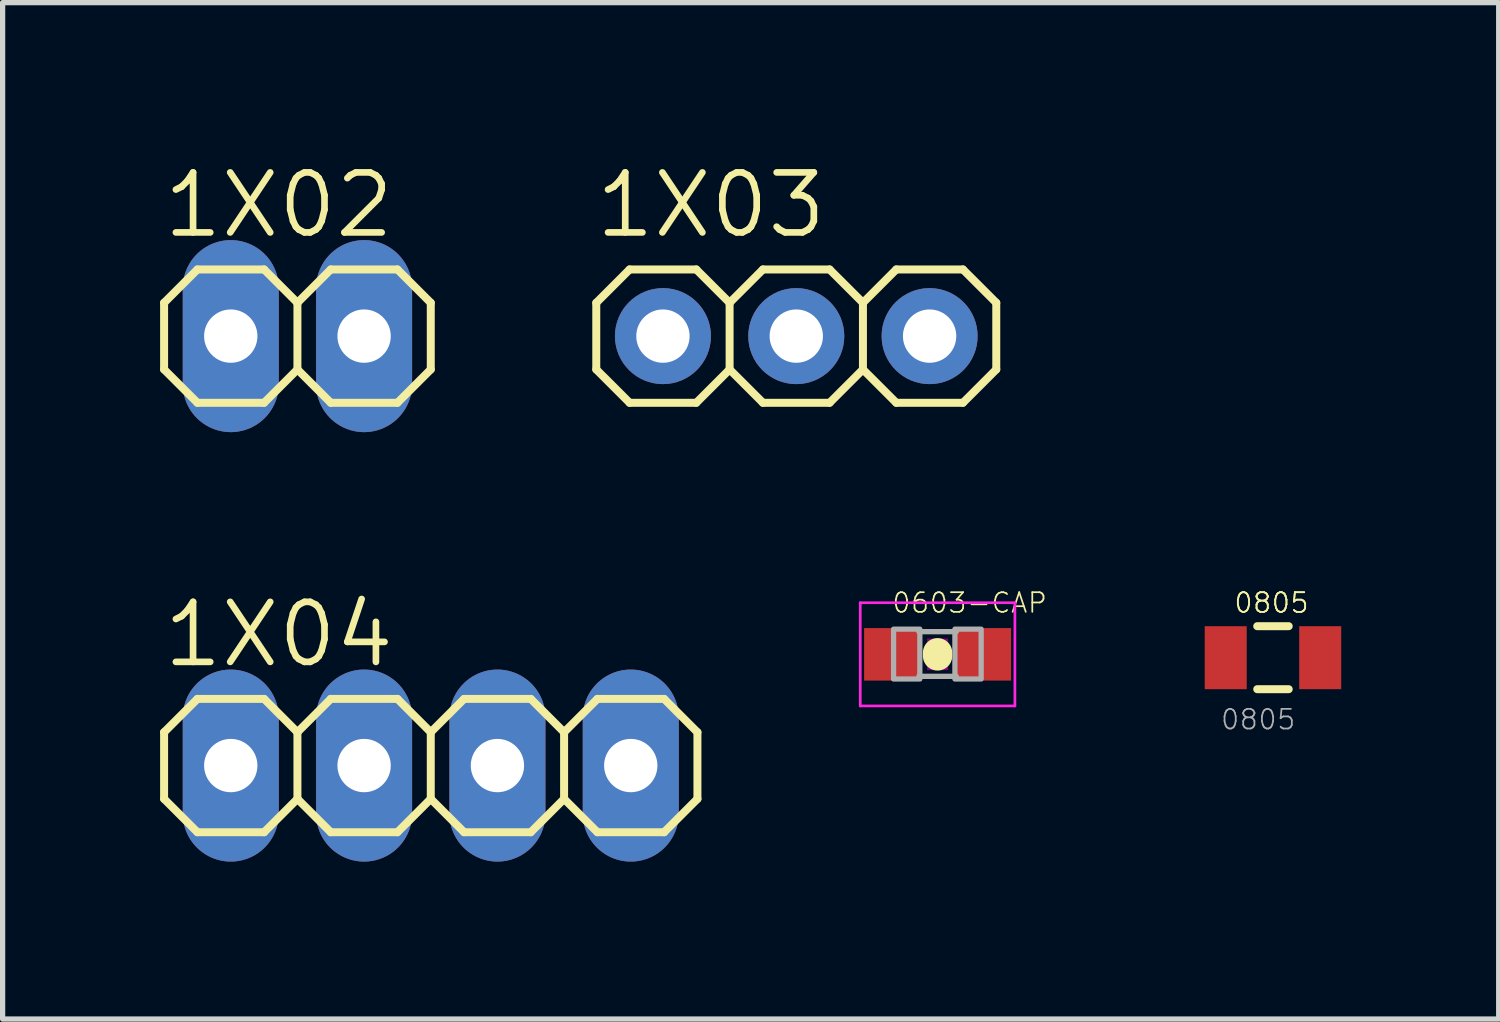
<source format=kicad_pcb>
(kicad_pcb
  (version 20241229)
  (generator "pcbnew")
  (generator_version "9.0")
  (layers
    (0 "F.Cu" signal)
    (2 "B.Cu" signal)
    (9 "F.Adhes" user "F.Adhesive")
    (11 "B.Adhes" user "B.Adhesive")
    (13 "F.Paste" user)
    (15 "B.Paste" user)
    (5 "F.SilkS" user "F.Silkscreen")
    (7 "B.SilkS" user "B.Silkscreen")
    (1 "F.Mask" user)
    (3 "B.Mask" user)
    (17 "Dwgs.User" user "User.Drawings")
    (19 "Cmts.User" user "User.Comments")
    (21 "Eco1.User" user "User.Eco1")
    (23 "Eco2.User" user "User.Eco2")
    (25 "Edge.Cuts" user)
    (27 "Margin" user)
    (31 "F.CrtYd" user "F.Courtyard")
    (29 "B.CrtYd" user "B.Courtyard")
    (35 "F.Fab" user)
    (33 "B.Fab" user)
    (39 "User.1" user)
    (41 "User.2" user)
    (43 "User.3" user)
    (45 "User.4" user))
  (footprint "0805"
    (layer "F.Cu")
    (at 21.2 9.479)
    (property "Reference" "0805" (at -0.762 -0.826 0) (unlocked yes) (layer "F.SilkS") (effects (font (size 0.374 0.374) (thickness 0.033)) (justify left bottom)))
    (property "Value" "0805" (at -1.016 1.397 0) (unlocked yes) (layer "F.Fab") (hide yes) (effects (font (size 0.374 0.374) (thickness 0.033)) (justify left bottom)))
    (fp_line (start -0.3 -0.6) (end 0.3 -0.6) (stroke (width 0.152) (type solid)) (layer "F.SilkS"))
    (fp_line (start -0.3 0.6) (end 0.3 0.6) (stroke (width 0.152) (type solid)) (layer "F.SilkS"))
    (fp_text user "${REFERENCE}" (at -0.762 -0.826 0) (unlocked yes) (layer "F.SilkS") (effects (font (size 0.374 0.374) (thickness 0.033)) (justify left bottom)))
    (fp_text user "${VALUE}" (at -1.016 1.397 0) (unlocked yes) (layer "F.Fab") (effects (font (size 0.374 0.374) (thickness 0.033)) (justify left bottom)))
    (pad "1" smd rect (at -0.9 0) (size 0.8 1.2) (layers "F.Cu" "F.Mask" "F.Paste"))
    (pad "2" smd rect (at 0.9 0) (size 0.8 1.2) (layers "F.Cu" "F.Mask" "F.Paste")))
  (footprint "0603-CAP"
    (layer "F.Cu")
    (at 14.811 9.415)
    (property "Reference" "0603-CAP" (at -0.889 -0.762 0) (unlocked yes) (layer "F.SilkS") (effects (font (size 0.374 0.374) (thickness 0.033)) (justify left bottom)))
    (fp_line (start 0 -0.03) (end 0 0.03) (stroke (width 0.559) (type solid)) (layer "F.SilkS"))
    (fp_poly (pts (xy -0.2 0.3) (xy 0.2 0.3) (xy 0.2 -0.3) (xy -0.2 -0.3)) (stroke (width 0) (type default)) (fill yes) (layer "F.Adhes"))
    (fp_line (start -1.473 -0.983) (end 1.473 -0.983) (stroke (width 0.051) (type solid)) (layer "F.CrtYd"))
    (fp_line (start -1.473 0.983) (end -1.473 -0.983) (stroke (width 0.051) (type solid)) (layer "F.CrtYd"))
    (fp_line (start 1.473 -0.983) (end 1.473 0.983) (stroke (width 0.051) (type solid)) (layer "F.CrtYd"))
    (fp_line (start 1.473 0.983) (end -1.473 0.983) (stroke (width 0.051) (type solid)) (layer "F.CrtYd"))
    (fp_line (start -0.356 -0.432) (end 0.356 -0.432) (stroke (width 0.102) (type solid)) (layer "F.Fab"))
    (fp_line (start -0.356 0.419) (end 0.356 0.419) (stroke (width 0.102) (type solid)) (layer "F.Fab"))
    (fp_poly (pts (xy -0.838 0.47) (xy -0.338 0.47) (xy -0.338 -0.48) (xy -0.838 -0.48)) (stroke (width 0.1) (type default)) (fill no) (layer "F.Fab"))
    (fp_poly (pts (xy 0.33 0.47) (xy 0.83 0.47) (xy 0.83 -0.48) (xy 0.33 -0.48)) (stroke (width 0.1) (type default)) (fill no) (layer "F.Fab"))
    (pad "1" smd rect (at -0.85 0) (size 1.1 1) (layers "F.Cu" "F.Mask" "F.Paste"))
    (pad "2" smd rect (at 0.85 0) (size 1.1 1) (layers "F.Cu" "F.Mask" "F.Paste")))
  (footprint "1X04"
    (layer "F.Cu")
    (at 5.156 11.534)
    (property "Reference" "1X04" (at -5.156 -1.829 0) (unlocked yes) (layer "F.SilkS") (effects (font (size 1.143 1.143) (thickness 0.127)) (justify left bottom)))
    (fp_line (start -5.08 -0.635) (end -5.08 0.635) (stroke (width 0.152) (type solid)) (layer "F.SilkS"))
    (fp_line (start -5.08 0.635) (end -4.445 1.27) (stroke (width 0.152) (type solid)) (layer "F.SilkS"))
    (fp_line (start -4.445 -1.27) (end -5.08 -0.635) (stroke (width 0.152) (type solid)) (layer "F.SilkS"))
    (fp_line (start -4.445 -1.27) (end -3.175 -1.27) (stroke (width 0.152) (type solid)) (layer "F.SilkS"))
    (fp_line (start -3.175 -1.27) (end -2.54 -0.635) (stroke (width 0.152) (type solid)) (layer "F.SilkS"))
    (fp_line (start -3.175 1.27) (end -4.445 1.27) (stroke (width 0.152) (type solid)) (layer "F.SilkS"))
    (fp_line (start -2.54 -0.635) (end -2.54 0.635) (stroke (width 0.152) (type solid)) (layer "F.SilkS"))
    (fp_line (start -2.54 -0.635) (end -1.905 -1.27) (stroke (width 0.152) (type solid)) (layer "F.SilkS"))
    (fp_line (start -2.54 0.635) (end -3.175 1.27) (stroke (width 0.152) (type solid)) (layer "F.SilkS"))
    (fp_line (start -1.905 -1.27) (end -0.635 -1.27) (stroke (width 0.152) (type solid)) (layer "F.SilkS"))
    (fp_line (start -1.905 1.27) (end -2.54 0.635) (stroke (width 0.152) (type solid)) (layer "F.SilkS"))
    (fp_line (start -0.635 -1.27) (end 0 -0.635) (stroke (width 0.152) (type solid)) (layer "F.SilkS"))
    (fp_line (start -0.635 1.27) (end -1.905 1.27) (stroke (width 0.152) (type solid)) (layer "F.SilkS"))
    (fp_line (start 0 -0.635) (end 0 0.635) (stroke (width 0.152) (type solid)) (layer "F.SilkS"))
    (fp_line (start 0 -0.635) (end 0.635 -1.27) (stroke (width 0.152) (type solid)) (layer "F.SilkS"))
    (fp_line (start 0 0.635) (end -0.635 1.27) (stroke (width 0.152) (type solid)) (layer "F.SilkS"))
    (fp_line (start 0.635 -1.27) (end 1.905 -1.27) (stroke (width 0.152) (type solid)) (layer "F.SilkS"))
    (fp_line (start 0.635 1.27) (end 0 0.635) (stroke (width 0.152) (type solid)) (layer "F.SilkS"))
    (fp_line (start 1.905 -1.27) (end 2.54 -0.635) (stroke (width 0.152) (type solid)) (layer "F.SilkS"))
    (fp_line (start 1.905 1.27) (end 0.635 1.27) (stroke (width 0.152) (type solid)) (layer "F.SilkS"))
    (fp_line (start 2.54 -0.635) (end 2.54 0.635) (stroke (width 0.152) (type solid)) (layer "F.SilkS"))
    (fp_line (start 2.54 0.635) (end 1.905 1.27) (stroke (width 0.152) (type solid)) (layer "F.SilkS"))
    (fp_line (start 2.54 0.635) (end 3.175 1.27) (stroke (width 0.152) (type solid)) (layer "F.SilkS"))
    (fp_line (start 3.175 -1.27) (end 2.54 -0.635) (stroke (width 0.152) (type solid)) (layer "F.SilkS"))
    (fp_line (start 3.175 -1.27) (end 4.445 -1.27) (stroke (width 0.152) (type solid)) (layer "F.SilkS"))
    (fp_line (start 4.445 -1.27) (end 5.08 -0.635) (stroke (width 0.152) (type solid)) (layer "F.SilkS"))
    (fp_line (start 4.445 1.27) (end 3.175 1.27) (stroke (width 0.152) (type solid)) (layer "F.SilkS"))
    (fp_line (start 5.08 -0.635) (end 5.08 0.635) (stroke (width 0.152) (type solid)) (layer "F.SilkS"))
    (fp_line (start 5.08 0.635) (end 4.445 1.27) (stroke (width 0.152) (type solid)) (layer "F.SilkS"))
    (fp_poly (pts (xy -4.064 0.254) (xy -3.556 0.254) (xy -3.556 -0.254) (xy -4.064 -0.254)) (stroke (width 0.1) (type default)) (fill no) (layer "F.Fab"))
    (fp_poly (pts (xy -1.524 0.254) (xy -1.016 0.254) (xy -1.016 -0.254) (xy -1.524 -0.254)) (stroke (width 0.1) (type default)) (fill no) (layer "F.Fab"))
    (fp_poly (pts (xy 1.016 0.254) (xy 1.524 0.254) (xy 1.524 -0.254) (xy 1.016 -0.254)) (stroke (width 0.1) (type default)) (fill no) (layer "F.Fab"))
    (fp_poly (pts (xy 3.556 0.254) (xy 4.064 0.254) (xy 4.064 -0.254) (xy 3.556 -0.254)) (stroke (width 0.1) (type default)) (fill no) (layer "F.Fab"))
    (pad "1" thru_hole oval (at -3.81 0 90) (size 3.658 1.829) (drill 1.016) (layers "*.Cu" "*.Mask"))
    (pad "2" thru_hole oval (at -1.27 0 90) (size 3.658 1.829) (drill 1.016) (layers "*.Cu" "*.Mask"))
    (pad "3" thru_hole oval (at 1.27 0 90) (size 3.658 1.829) (drill 1.016) (layers "*.Cu" "*.Mask"))
    (pad "4" thru_hole oval (at 3.81 0 90) (size 3.658 1.829) (drill 1.016) (layers "*.Cu" "*.Mask")))
  (footprint "1X02"
    (layer "F.Cu")
    (at 2.616 3.353)
    (property "Reference" "1X02" (at -2.616 -1.829 0) (unlocked yes) (layer "F.SilkS") (effects (font (size 1.143 1.143) (thickness 0.127)) (justify left bottom)))
    (fp_line (start -2.54 -0.635) (end -2.54 0.635) (stroke (width 0.152) (type solid)) (layer "F.SilkS"))
    (fp_line (start -2.54 0.635) (end -1.905 1.27) (stroke (width 0.152) (type solid)) (layer "F.SilkS"))
    (fp_line (start -1.905 -1.27) (end -2.54 -0.635) (stroke (width 0.152) (type solid)) (layer "F.SilkS"))
    (fp_line (start -1.905 -1.27) (end -0.635 -1.27) (stroke (width 0.152) (type solid)) (layer "F.SilkS"))
    (fp_line (start -0.635 -1.27) (end 0 -0.635) (stroke (width 0.152) (type solid)) (layer "F.SilkS"))
    (fp_line (start -0.635 1.27) (end -1.905 1.27) (stroke (width 0.152) (type solid)) (layer "F.SilkS"))
    (fp_line (start 0 -0.635) (end 0 0.635) (stroke (width 0.152) (type solid)) (layer "F.SilkS"))
    (fp_line (start 0 -0.635) (end 0.635 -1.27) (stroke (width 0.152) (type solid)) (layer "F.SilkS"))
    (fp_line (start 0 0.635) (end -0.635 1.27) (stroke (width 0.152) (type solid)) (layer "F.SilkS"))
    (fp_line (start 0.635 -1.27) (end 1.905 -1.27) (stroke (width 0.152) (type solid)) (layer "F.SilkS"))
    (fp_line (start 0.635 1.27) (end 0 0.635) (stroke (width 0.152) (type solid)) (layer "F.SilkS"))
    (fp_line (start 1.905 -1.27) (end 2.54 -0.635) (stroke (width 0.152) (type solid)) (layer "F.SilkS"))
    (fp_line (start 1.905 1.27) (end 0.635 1.27) (stroke (width 0.152) (type solid)) (layer "F.SilkS"))
    (fp_line (start 2.54 -0.635) (end 2.54 0.635) (stroke (width 0.152) (type solid)) (layer "F.SilkS"))
    (fp_line (start 2.54 0.635) (end 1.905 1.27) (stroke (width 0.152) (type solid)) (layer "F.SilkS"))
    (fp_poly (pts (xy -1.524 0.254) (xy -1.016 0.254) (xy -1.016 -0.254) (xy -1.524 -0.254)) (stroke (width 0.1) (type default)) (fill no) (layer "F.Fab"))
    (fp_poly (pts (xy 1.016 0.254) (xy 1.524 0.254) (xy 1.524 -0.254) (xy 1.016 -0.254)) (stroke (width 0.1) (type default)) (fill no) (layer "F.Fab"))
    (pad "1" thru_hole oval (at -1.27 0 90) (size 3.658 1.829) (drill 1.016) (layers "*.Cu" "*.Mask"))
    (pad "2" thru_hole oval (at 1.27 0 90) (size 3.658 1.829) (drill 1.016) (layers "*.Cu" "*.Mask")))
  (footprint "1X03"
    (layer "F.Cu")
    (at 12.119 3.353)
    (property "Reference" "1X03" (at -3.886 -1.829 0) (unlocked yes) (layer "F.SilkS") (effects (font (size 1.143 1.143) (thickness 0.127)) (justify left bottom)))
    (fp_line (start -3.81 -0.635) (end -3.81 0.635) (stroke (width 0.152) (type solid)) (layer "F.SilkS"))
    (fp_line (start -3.81 0.635) (end -3.175 1.27) (stroke (width 0.152) (type solid)) (layer "F.SilkS"))
    (fp_line (start -3.175 -1.27) (end -3.81 -0.635) (stroke (width 0.152) (type solid)) (layer "F.SilkS"))
    (fp_line (start -3.175 -1.27) (end -1.905 -1.27) (stroke (width 0.152) (type solid)) (layer "F.SilkS"))
    (fp_line (start -1.905 -1.27) (end -1.27 -0.635) (stroke (width 0.152) (type solid)) (layer "F.SilkS"))
    (fp_line (start -1.905 1.27) (end -3.175 1.27) (stroke (width 0.152) (type solid)) (layer "F.SilkS"))
    (fp_line (start -1.27 -0.635) (end -1.27 0.635) (stroke (width 0.152) (type solid)) (layer "F.SilkS"))
    (fp_line (start -1.27 -0.635) (end -0.635 -1.27) (stroke (width 0.152) (type solid)) (layer "F.SilkS"))
    (fp_line (start -1.27 0.635) (end -1.905 1.27) (stroke (width 0.152) (type solid)) (layer "F.SilkS"))
    (fp_line (start -0.635 -1.27) (end 0.635 -1.27) (stroke (width 0.152) (type solid)) (layer "F.SilkS"))
    (fp_line (start -0.635 1.27) (end -1.27 0.635) (stroke (width 0.152) (type solid)) (layer "F.SilkS"))
    (fp_line (start 0.635 -1.27) (end 1.27 -0.635) (stroke (width 0.152) (type solid)) (layer "F.SilkS"))
    (fp_line (start 0.635 1.27) (end -0.635 1.27) (stroke (width 0.152) (type solid)) (layer "F.SilkS"))
    (fp_line (start 1.27 -0.635) (end 1.27 0.635) (stroke (width 0.152) (type solid)) (layer "F.SilkS"))
    (fp_line (start 1.27 -0.635) (end 1.905 -1.27) (stroke (width 0.152) (type solid)) (layer "F.SilkS"))
    (fp_line (start 1.27 0.635) (end 0.635 1.27) (stroke (width 0.152) (type solid)) (layer "F.SilkS"))
    (fp_line (start 1.905 -1.27) (end 3.175 -1.27) (stroke (width 0.152) (type solid)) (layer "F.SilkS"))
    (fp_line (start 1.905 1.27) (end 1.27 0.635) (stroke (width 0.152) (type solid)) (layer "F.SilkS"))
    (fp_line (start 3.175 -1.27) (end 3.81 -0.635) (stroke (width 0.152) (type solid)) (layer "F.SilkS"))
    (fp_line (start 3.175 1.27) (end 1.905 1.27) (stroke (width 0.152) (type solid)) (layer "F.SilkS"))
    (fp_line (start 3.81 -0.635) (end 3.81 0.635) (stroke (width 0.152) (type solid)) (layer "F.SilkS"))
    (fp_line (start 3.81 0.635) (end 3.175 1.27) (stroke (width 0.152) (type solid)) (layer "F.SilkS"))
    (fp_poly (pts (xy -2.794 0.254) (xy -2.286 0.254) (xy -2.286 -0.254) (xy -2.794 -0.254)) (stroke (width 0.1) (type default)) (fill no) (layer "F.Fab"))
    (fp_poly (pts (xy -0.254 0.254) (xy 0.254 0.254) (xy 0.254 -0.254) (xy -0.254 -0.254)) (stroke (width 0.1) (type default)) (fill no) (layer "F.Fab"))
    (fp_poly (pts (xy 2.286 0.254) (xy 2.794 0.254) (xy 2.794 -0.254) (xy 2.286 -0.254)) (stroke (width 0.1) (type default)) (fill no) (layer "F.Fab"))
    (pad "1" thru_hole circle (at -2.54 0 90) (size 1.829 1.829) (drill 1.016) (layers "*.Cu" "*.Mask"))
    (pad "2" thru_hole circle (at 0 0 90) (size 1.829 1.829) (drill 1.016) (layers "*.Cu" "*.Mask"))
    (pad "3" thru_hole circle (at 2.54 0 90) (size 1.829 1.829) (drill 1.016) (layers "*.Cu" "*.Mask")))
  (gr_rect
    (start -3 -3)
    (end 25.5 16.363)
    (stroke (width 0.1) (type default))
    (fill no)
    (layer "Edge.Cuts")))
</source>
